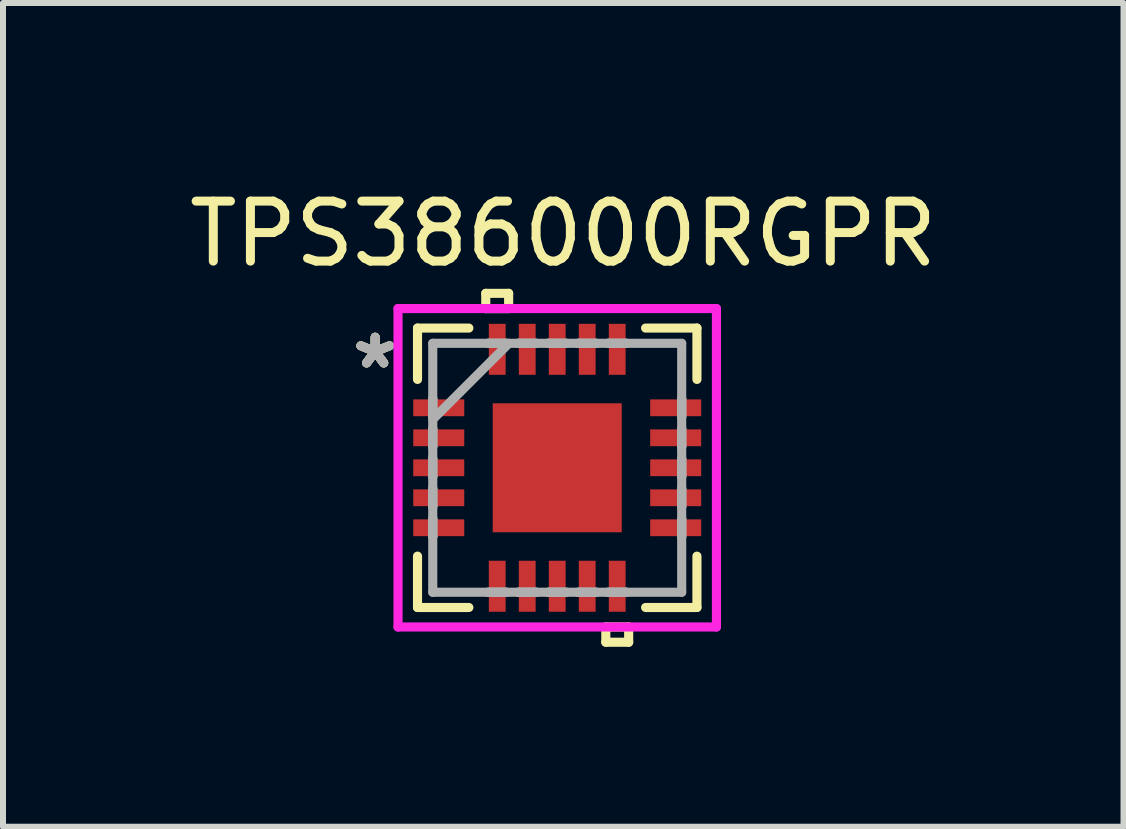
<source format=kicad_pcb>
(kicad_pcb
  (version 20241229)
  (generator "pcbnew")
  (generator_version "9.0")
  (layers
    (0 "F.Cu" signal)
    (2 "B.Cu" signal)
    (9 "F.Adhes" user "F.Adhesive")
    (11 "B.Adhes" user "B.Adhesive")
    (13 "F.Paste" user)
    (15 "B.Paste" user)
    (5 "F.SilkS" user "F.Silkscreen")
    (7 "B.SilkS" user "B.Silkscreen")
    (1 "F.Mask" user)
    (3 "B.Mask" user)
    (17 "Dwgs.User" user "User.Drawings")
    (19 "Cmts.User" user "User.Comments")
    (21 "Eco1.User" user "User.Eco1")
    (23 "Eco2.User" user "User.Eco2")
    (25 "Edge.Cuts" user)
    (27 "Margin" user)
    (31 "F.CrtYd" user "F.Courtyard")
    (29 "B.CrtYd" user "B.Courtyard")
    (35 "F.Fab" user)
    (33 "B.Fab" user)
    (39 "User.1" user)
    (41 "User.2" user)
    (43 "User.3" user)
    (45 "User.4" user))
  (footprint "TPS386000RGPR"
    (layer "F.Cu")
    (at 6.239 4.748)
    (property "Reference" "TPS386000RGPR" (at 0.1 -3.9 0) (layer "F.SilkS") (effects (font (size 1 1) (thickness 0.15))))
    (attr through_hole)
    (fp_line (start -2.47 -1.21) (end -2.47 -0.79) (stroke (width 0.152) (type solid)) (layer "F.Mask"))
    (fp_line (start -2.47 -0.79) (end -1.48 -0.79) (stroke (width 0.152) (type solid)) (layer "F.Mask"))
    (fp_line (start -2.47 -0.71) (end -2.47 -0.29) (stroke (width 0.152) (type solid)) (layer "F.Mask"))
    (fp_line (start -2.47 -0.29) (end -1.48 -0.29) (stroke (width 0.152) (type solid)) (layer "F.Mask"))
    (fp_line (start -2.47 -0.21) (end -2.47 0.21) (stroke (width 0.152) (type solid)) (layer "F.Mask"))
    (fp_line (start -2.47 0.21) (end -1.48 0.21) (stroke (width 0.152) (type solid)) (layer "F.Mask"))
    (fp_line (start -2.47 0.29) (end -2.47 0.71) (stroke (width 0.152) (type solid)) (layer "F.Mask"))
    (fp_line (start -2.47 0.71) (end -1.48 0.71) (stroke (width 0.152) (type solid)) (layer "F.Mask"))
    (fp_line (start -2.47 0.79) (end -2.47 1.21) (stroke (width 0.152) (type solid)) (layer "F.Mask"))
    (fp_line (start -2.47 1.21) (end -1.48 1.21) (stroke (width 0.152) (type solid)) (layer "F.Mask"))
    (fp_line (start -1.48 -1.21) (end -2.47 -1.21) (stroke (width 0.152) (type solid)) (layer "F.Mask"))
    (fp_line (start -1.48 -0.79) (end -1.48 -1.21) (stroke (width 0.152) (type solid)) (layer "F.Mask"))
    (fp_line (start -1.48 -0.71) (end -2.47 -0.71) (stroke (width 0.152) (type solid)) (layer "F.Mask"))
    (fp_line (start -1.48 -0.29) (end -1.48 -0.71) (stroke (width 0.152) (type solid)) (layer "F.Mask"))
    (fp_line (start -1.48 -0.21) (end -2.47 -0.21) (stroke (width 0.152) (type solid)) (layer "F.Mask"))
    (fp_line (start -1.48 0.21) (end -1.48 -0.21) (stroke (width 0.152) (type solid)) (layer "F.Mask"))
    (fp_line (start -1.48 0.29) (end -2.47 0.29) (stroke (width 0.152) (type solid)) (layer "F.Mask"))
    (fp_line (start -1.48 0.71) (end -1.48 0.29) (stroke (width 0.152) (type solid)) (layer "F.Mask"))
    (fp_line (start -1.48 0.79) (end -2.47 0.79) (stroke (width 0.152) (type solid)) (layer "F.Mask"))
    (fp_line (start -1.48 1.21) (end -1.48 0.79) (stroke (width 0.152) (type solid)) (layer "F.Mask"))
    (fp_line (start -1.21 -2.47) (end -1.21 -1.48) (stroke (width 0.152) (type solid)) (layer "F.Mask"))
    (fp_line (start -1.21 -1.48) (end -0.791 -1.48) (stroke (width 0.152) (type solid)) (layer "F.Mask"))
    (fp_line (start -1.21 1.48) (end -1.21 2.47) (stroke (width 0.152) (type solid)) (layer "F.Mask"))
    (fp_line (start -1.21 2.47) (end -0.791 2.47) (stroke (width 0.152) (type solid)) (layer "F.Mask"))
    (fp_line (start -1.139 -1.139) (end -0.594 -1.139) (stroke (width 0.152) (type solid)) (layer "F.Mask"))
    (fp_line (start -1.139 -1.139) (end 1.139 -1.139) (stroke (width 0.152) (type solid)) (layer "F.Mask"))
    (fp_line (start -1.139 -0.594) (end -1.139 -1.139) (stroke (width 0.152) (type solid)) (layer "F.Mask"))
    (fp_line (start -1.139 -0.194) (end 1.139 -0.194) (stroke (width 0.152) (type solid)) (layer "F.Mask"))
    (fp_line (start -1.139 0.194) (end -1.139 -0.194) (stroke (width 0.152) (type solid)) (layer "F.Mask"))
    (fp_line (start -1.139 0.594) (end 1.139 0.594) (stroke (width 0.152) (type solid)) (layer "F.Mask"))
    (fp_line (start -1.139 1.139) (end -1.139 -1.139) (stroke (width 0.152) (type solid)) (layer "F.Mask"))
    (fp_line (start -1.139 1.139) (end -1.139 0.594) (stroke (width 0.152) (type solid)) (layer "F.Mask"))
    (fp_line (start -0.791 -2.47) (end -1.21 -2.47) (stroke (width 0.152) (type solid)) (layer "F.Mask"))
    (fp_line (start -0.791 -1.48) (end -0.791 -2.47) (stroke (width 0.152) (type solid)) (layer "F.Mask"))
    (fp_line (start -0.791 1.48) (end -1.21 1.48) (stroke (width 0.152) (type solid)) (layer "F.Mask"))
    (fp_line (start -0.791 2.47) (end -0.791 1.48) (stroke (width 0.152) (type solid)) (layer "F.Mask"))
    (fp_line (start -0.71 -2.47) (end -0.71 -1.48) (stroke (width 0.152) (type solid)) (layer "F.Mask"))
    (fp_line (start -0.71 -1.48) (end -0.291 -1.48) (stroke (width 0.152) (type solid)) (layer "F.Mask"))
    (fp_line (start -0.71 1.48) (end -0.71 2.47) (stroke (width 0.152) (type solid)) (layer "F.Mask"))
    (fp_line (start -0.71 2.47) (end -0.291 2.47) (stroke (width 0.152) (type solid)) (layer "F.Mask"))
    (fp_line (start -0.594 -1.139) (end -0.594 1.139) (stroke (width 0.152) (type solid)) (layer "F.Mask"))
    (fp_line (start -0.594 1.139) (end -1.139 1.139) (stroke (width 0.152) (type solid)) (layer "F.Mask"))
    (fp_line (start -0.291 -2.47) (end -0.71 -2.47) (stroke (width 0.152) (type solid)) (layer "F.Mask"))
    (fp_line (start -0.291 -1.48) (end -0.291 -2.47) (stroke (width 0.152) (type solid)) (layer "F.Mask"))
    (fp_line (start -0.291 1.48) (end -0.71 1.48) (stroke (width 0.152) (type solid)) (layer "F.Mask"))
    (fp_line (start -0.291 2.47) (end -0.291 1.48) (stroke (width 0.152) (type solid)) (layer "F.Mask"))
    (fp_line (start -0.21 -2.47) (end -0.21 -1.48) (stroke (width 0.152) (type solid)) (layer "F.Mask"))
    (fp_line (start -0.21 -1.48) (end 0.21 -1.48) (stroke (width 0.152) (type solid)) (layer "F.Mask"))
    (fp_line (start -0.21 1.48) (end -0.21 2.47) (stroke (width 0.152) (type solid)) (layer "F.Mask"))
    (fp_line (start -0.21 2.47) (end 0.21 2.47) (stroke (width 0.152) (type solid)) (layer "F.Mask"))
    (fp_line (start -0.194 -1.139) (end -0.194 1.139) (stroke (width 0.152) (type solid)) (layer "F.Mask"))
    (fp_line (start -0.194 1.139) (end 0.194 1.139) (stroke (width 0.152) (type solid)) (layer "F.Mask"))
    (fp_line (start 0.194 -1.139) (end -0.194 -1.139) (stroke (width 0.152) (type solid)) (layer "F.Mask"))
    (fp_line (start 0.194 1.139) (end 0.194 -1.139) (stroke (width 0.152) (type solid)) (layer "F.Mask"))
    (fp_line (start 0.21 -2.47) (end -0.21 -2.47) (stroke (width 0.152) (type solid)) (layer "F.Mask"))
    (fp_line (start 0.21 -1.48) (end 0.21 -2.47) (stroke (width 0.152) (type solid)) (layer "F.Mask"))
    (fp_line (start 0.21 1.48) (end -0.21 1.48) (stroke (width 0.152) (type solid)) (layer "F.Mask"))
    (fp_line (start 0.21 2.47) (end 0.21 1.48) (stroke (width 0.152) (type solid)) (layer "F.Mask"))
    (fp_line (start 0.291 -2.47) (end 0.291 -1.48) (stroke (width 0.152) (type solid)) (layer "F.Mask"))
    (fp_line (start 0.291 -1.48) (end 0.71 -1.48) (stroke (width 0.152) (type solid)) (layer "F.Mask"))
    (fp_line (start 0.291 1.48) (end 0.291 2.47) (stroke (width 0.152) (type solid)) (layer "F.Mask"))
    (fp_line (start 0.291 2.47) (end 0.71 2.47) (stroke (width 0.152) (type solid)) (layer "F.Mask"))
    (fp_line (start 0.594 -1.139) (end 1.139 -1.139) (stroke (width 0.152) (type solid)) (layer "F.Mask"))
    (fp_line (start 0.594 1.139) (end 0.594 -1.139) (stroke (width 0.152) (type solid)) (layer "F.Mask"))
    (fp_line (start 0.71 -2.47) (end 0.291 -2.47) (stroke (width 0.152) (type solid)) (layer "F.Mask"))
    (fp_line (start 0.71 -1.48) (end 0.71 -2.47) (stroke (width 0.152) (type solid)) (layer "F.Mask"))
    (fp_line (start 0.71 1.48) (end 0.291 1.48) (stroke (width 0.152) (type solid)) (layer "F.Mask"))
    (fp_line (start 0.71 2.47) (end 0.71 1.48) (stroke (width 0.152) (type solid)) (layer "F.Mask"))
    (fp_line (start 0.791 -2.47) (end 0.791 -1.48) (stroke (width 0.152) (type solid)) (layer "F.Mask"))
    (fp_line (start 0.791 -1.48) (end 1.21 -1.48) (stroke (width 0.152) (type solid)) (layer "F.Mask"))
    (fp_line (start 0.791 1.48) (end 0.791 2.47) (stroke (width 0.152) (type solid)) (layer "F.Mask"))
    (fp_line (start 0.791 2.47) (end 1.21 2.47) (stroke (width 0.152) (type solid)) (layer "F.Mask"))
    (fp_line (start 1.139 -1.139) (end 1.139 -0.594) (stroke (width 0.152) (type solid)) (layer "F.Mask"))
    (fp_line (start 1.139 -1.139) (end 1.139 1.139) (stroke (width 0.152) (type solid)) (layer "F.Mask"))
    (fp_line (start 1.139 -0.594) (end -1.139 -0.594) (stroke (width 0.152) (type solid)) (layer "F.Mask"))
    (fp_line (start 1.139 -0.194) (end 1.139 0.194) (stroke (width 0.152) (type solid)) (layer "F.Mask"))
    (fp_line (start 1.139 0.194) (end -1.139 0.194) (stroke (width 0.152) (type solid)) (layer "F.Mask"))
    (fp_line (start 1.139 0.594) (end 1.139 1.139) (stroke (width 0.152) (type solid)) (layer "F.Mask"))
    (fp_line (start 1.139 1.139) (end -1.139 1.139) (stroke (width 0.152) (type solid)) (layer "F.Mask"))
    (fp_line (start 1.139 1.139) (end 0.594 1.139) (stroke (width 0.152) (type solid)) (layer "F.Mask"))
    (fp_line (start 1.21 -2.47) (end 0.791 -2.47) (stroke (width 0.152) (type solid)) (layer "F.Mask"))
    (fp_line (start 1.21 -1.48) (end 1.21 -2.47) (stroke (width 0.152) (type solid)) (layer "F.Mask"))
    (fp_line (start 1.21 1.48) (end 0.791 1.48) (stroke (width 0.152) (type solid)) (layer "F.Mask"))
    (fp_line (start 1.21 2.47) (end 1.21 1.48) (stroke (width 0.152) (type solid)) (layer "F.Mask"))
    (fp_line (start 1.48 -1.21) (end 1.48 -0.79) (stroke (width 0.152) (type solid)) (layer "F.Mask"))
    (fp_line (start 1.48 -0.79) (end 2.47 -0.79) (stroke (width 0.152) (type solid)) (layer "F.Mask"))
    (fp_line (start 1.48 -0.71) (end 1.48 -0.29) (stroke (width 0.152) (type solid)) (layer "F.Mask"))
    (fp_line (start 1.48 -0.29) (end 2.47 -0.29) (stroke (width 0.152) (type solid)) (layer "F.Mask"))
    (fp_line (start 1.48 -0.21) (end 1.48 0.21) (stroke (width 0.152) (type solid)) (layer "F.Mask"))
    (fp_line (start 1.48 0.21) (end 2.47 0.21) (stroke (width 0.152) (type solid)) (layer "F.Mask"))
    (fp_line (start 1.48 0.29) (end 1.48 0.71) (stroke (width 0.152) (type solid)) (layer "F.Mask"))
    (fp_line (start 1.48 0.71) (end 2.47 0.71) (stroke (width 0.152) (type solid)) (layer "F.Mask"))
    (fp_line (start 1.48 0.79) (end 1.48 1.21) (stroke (width 0.152) (type solid)) (layer "F.Mask"))
    (fp_line (start 1.48 1.21) (end 2.47 1.21) (stroke (width 0.152) (type solid)) (layer "F.Mask"))
    (fp_line (start 2.47 -1.21) (end 1.48 -1.21) (stroke (width 0.152) (type solid)) (layer "F.Mask"))
    (fp_line (start 2.47 -0.79) (end 2.47 -1.21) (stroke (width 0.152) (type solid)) (layer "F.Mask"))
    (fp_line (start 2.47 -0.71) (end 1.48 -0.71) (stroke (width 0.152) (type solid)) (layer "F.Mask"))
    (fp_line (start 2.47 -0.29) (end 2.47 -0.71) (stroke (width 0.152) (type solid)) (layer "F.Mask"))
    (fp_line (start 2.47 -0.21) (end 1.48 -0.21) (stroke (width 0.152) (type solid)) (layer "F.Mask"))
    (fp_line (start 2.47 0.21) (end 2.47 -0.21) (stroke (width 0.152) (type solid)) (layer "F.Mask"))
    (fp_line (start 2.47 0.29) (end 1.48 0.29) (stroke (width 0.152) (type solid)) (layer "F.Mask"))
    (fp_line (start 2.47 0.71) (end 2.47 0.29) (stroke (width 0.152) (type solid)) (layer "F.Mask"))
    (fp_line (start 2.47 0.79) (end 1.48 0.79) (stroke (width 0.152) (type solid)) (layer "F.Mask"))
    (fp_line (start 2.47 1.21) (end 2.47 0.79) (stroke (width 0.152) (type solid)) (layer "F.Mask"))
    (fp_line (start -2.329 -2.329) (end -2.329 -1.473) (stroke (width 0.152) (type solid)) (layer "F.SilkS"))
    (fp_line (start -2.329 1.473) (end -2.329 2.329) (stroke (width 0.152) (type solid)) (layer "F.SilkS"))
    (fp_line (start -2.329 2.329) (end -1.473 2.329) (stroke (width 0.152) (type solid)) (layer "F.SilkS"))
    (fp_line (start -1.473 -2.329) (end -2.329 -2.329) (stroke (width 0.152) (type solid)) (layer "F.SilkS"))
    (fp_line (start -1.191 -2.908) (end -0.81 -2.908) (stroke (width 0.152) (type solid)) (layer "F.SilkS"))
    (fp_line (start -1.191 -2.654) (end -1.191 -2.908) (stroke (width 0.152) (type solid)) (layer "F.SilkS"))
    (fp_line (start -0.81 -2.908) (end -0.81 -2.654) (stroke (width 0.152) (type solid)) (layer "F.SilkS"))
    (fp_line (start -0.81 -2.654) (end -1.191 -2.654) (stroke (width 0.152) (type solid)) (layer "F.SilkS"))
    (fp_line (start 0.81 2.654) (end 0.81 2.908) (stroke (width 0.152) (type solid)) (layer "F.SilkS"))
    (fp_line (start 0.81 2.908) (end 1.191 2.908) (stroke (width 0.152) (type solid)) (layer "F.SilkS"))
    (fp_line (start 1.191 2.654) (end 0.81 2.654) (stroke (width 0.152) (type solid)) (layer "F.SilkS"))
    (fp_line (start 1.191 2.908) (end 1.191 2.654) (stroke (width 0.152) (type solid)) (layer "F.SilkS"))
    (fp_line (start 1.473 2.329) (end 2.329 2.329) (stroke (width 0.152) (type solid)) (layer "F.SilkS"))
    (fp_line (start 2.329 -2.329) (end 1.473 -2.329) (stroke (width 0.152) (type solid)) (layer "F.SilkS"))
    (fp_line (start 2.329 -1.473) (end 2.329 -2.329) (stroke (width 0.152) (type solid)) (layer "F.SilkS"))
    (fp_line (start 2.329 2.329) (end 2.329 1.473) (stroke (width 0.152) (type solid)) (layer "F.SilkS"))
    (fp_line (start -2.375 -1.115) (end -2.375 -0.885) (stroke (width 0.152) (type solid)) (layer "F.Paste"))
    (fp_line (start -2.375 -0.885) (end -1.575 -0.885) (stroke (width 0.152) (type solid)) (layer "F.Paste"))
    (fp_line (start -2.375 -0.615) (end -2.375 -0.385) (stroke (width 0.152) (type solid)) (layer "F.Paste"))
    (fp_line (start -2.375 -0.385) (end -1.575 -0.385) (stroke (width 0.152) (type solid)) (layer "F.Paste"))
    (fp_line (start -2.375 -0.115) (end -2.375 0.115) (stroke (width 0.152) (type solid)) (layer "F.Paste"))
    (fp_line (start -2.375 0.115) (end -1.575 0.115) (stroke (width 0.152) (type solid)) (layer "F.Paste"))
    (fp_line (start -2.375 0.385) (end -2.375 0.615) (stroke (width 0.152) (type solid)) (layer "F.Paste"))
    (fp_line (start -2.375 0.615) (end -1.575 0.615) (stroke (width 0.152) (type solid)) (layer "F.Paste"))
    (fp_line (start -2.375 0.885) (end -2.375 1.115) (stroke (width 0.152) (type solid)) (layer "F.Paste"))
    (fp_line (start -2.375 1.115) (end -1.575 1.115) (stroke (width 0.152) (type solid)) (layer "F.Paste"))
    (fp_line (start -1.575 -1.115) (end -2.375 -1.115) (stroke (width 0.152) (type solid)) (layer "F.Paste"))
    (fp_line (start -1.575 -0.885) (end -1.575 -1.115) (stroke (width 0.152) (type solid)) (layer "F.Paste"))
    (fp_line (start -1.575 -0.615) (end -2.375 -0.615) (stroke (width 0.152) (type solid)) (layer "F.Paste"))
    (fp_line (start -1.575 -0.385) (end -1.575 -0.615) (stroke (width 0.152) (type solid)) (layer "F.Paste"))
    (fp_line (start -1.575 -0.115) (end -2.375 -0.115) (stroke (width 0.152) (type solid)) (layer "F.Paste"))
    (fp_line (start -1.575 0.115) (end -1.575 -0.115) (stroke (width 0.152) (type solid)) (layer "F.Paste"))
    (fp_line (start -1.575 0.385) (end -2.375 0.385) (stroke (width 0.152) (type solid)) (layer "F.Paste"))
    (fp_line (start -1.575 0.615) (end -1.575 0.385) (stroke (width 0.152) (type solid)) (layer "F.Paste"))
    (fp_line (start -1.575 0.885) (end -2.375 0.885) (stroke (width 0.152) (type solid)) (layer "F.Paste"))
    (fp_line (start -1.575 1.115) (end -1.575 0.885) (stroke (width 0.152) (type solid)) (layer "F.Paste"))
    (fp_line (start -1.115 -2.375) (end -1.115 -1.575) (stroke (width 0.152) (type solid)) (layer "F.Paste"))
    (fp_line (start -1.115 -1.575) (end -0.885 -1.575) (stroke (width 0.152) (type solid)) (layer "F.Paste"))
    (fp_line (start -1.115 1.575) (end -1.115 2.375) (stroke (width 0.152) (type solid)) (layer "F.Paste"))
    (fp_line (start -1.115 2.375) (end -0.885 2.375) (stroke (width 0.152) (type solid)) (layer "F.Paste"))
    (fp_line (start -1 -1) (end -1 -0.494) (stroke (width 0.152) (type solid)) (layer "F.Paste"))
    (fp_line (start -1 -0.494) (end -0.635 -0.494) (stroke (width 0.152) (type solid)) (layer "F.Paste"))
    (fp_line (start -1 -0.294) (end -1 0.294) (stroke (width 0.152) (type solid)) (layer "F.Paste"))
    (fp_line (start -1 0.294) (end -0.635 0.294) (stroke (width 0.152) (type solid)) (layer "F.Paste"))
    (fp_line (start -1 0.494) (end -1 1) (stroke (width 0.152) (type solid)) (layer "F.Paste"))
    (fp_line (start -1 1) (end -0.494 1) (stroke (width 0.152) (type solid)) (layer "F.Paste"))
    (fp_line (start -0.885 -2.375) (end -1.115 -2.375) (stroke (width 0.152) (type solid)) (layer "F.Paste"))
    (fp_line (start -0.885 -1.575) (end -0.885 -2.375) (stroke (width 0.152) (type solid)) (layer "F.Paste"))
    (fp_line (start -0.885 1.575) (end -1.115 1.575) (stroke (width 0.152) (type solid)) (layer "F.Paste"))
    (fp_line (start -0.885 2.375) (end -0.885 1.575) (stroke (width 0.152) (type solid)) (layer "F.Paste"))
    (fp_line (start -0.635 -0.494) (end -0.635 -0.494) (stroke (width 0.152) (type solid)) (layer "F.Paste"))
    (fp_line (start -0.635 -0.494) (end -0.494 -0.635) (stroke (width 0.152) (type solid)) (layer "F.Paste"))
    (fp_line (start -0.635 -0.294) (end -1 -0.294) (stroke (width 0.152) (type solid)) (layer "F.Paste"))
    (fp_line (start -0.635 -0.294) (end -0.635 -0.294) (stroke (width 0.152) (type solid)) (layer "F.Paste"))
    (fp_line (start -0.635 0.294) (end -0.635 0.294) (stroke (width 0.152) (type solid)) (layer "F.Paste"))
    (fp_line (start -0.635 0.294) (end -0.494 0.152) (stroke (width 0.152) (type solid)) (layer "F.Paste"))
    (fp_line (start -0.635 0.494) (end -1 0.494) (stroke (width 0.152) (type solid)) (layer "F.Paste"))
    (fp_line (start -0.635 0.494) (end -0.635 0.494) (stroke (width 0.152) (type solid)) (layer "F.Paste"))
    (fp_line (start -0.615 -2.375) (end -0.615 -1.575) (stroke (width 0.152) (type solid)) (layer "F.Paste"))
    (fp_line (start -0.615 -1.575) (end -0.385 -1.575) (stroke (width 0.152) (type solid)) (layer "F.Paste"))
    (fp_line (start -0.615 1.575) (end -0.615 2.375) (stroke (width 0.152) (type solid)) (layer "F.Paste"))
    (fp_line (start -0.615 2.375) (end -0.385 2.375) (stroke (width 0.152) (type solid)) (layer "F.Paste"))
    (fp_line (start -0.494 -1) (end -1 -1) (stroke (width 0.152) (type solid)) (layer "F.Paste"))
    (fp_line (start -0.494 -0.635) (end -0.494 -1) (stroke (width 0.152) (type solid)) (layer "F.Paste"))
    (fp_line (start -0.494 -0.635) (end -0.494 -0.635) (stroke (width 0.152) (type solid)) (layer "F.Paste"))
    (fp_line (start -0.494 -0.152) (end -0.635 -0.294) (stroke (width 0.152) (type solid)) (layer "F.Paste"))
    (fp_line (start -0.494 -0.152) (end -0.494 -0.152) (stroke (width 0.152) (type solid)) (layer "F.Paste"))
    (fp_line (start -0.494 0.152) (end -0.494 -0.152) (stroke (width 0.152) (type solid)) (layer "F.Paste"))
    (fp_line (start -0.494 0.152) (end -0.494 0.152) (stroke (width 0.152) (type solid)) (layer "F.Paste"))
    (fp_line (start -0.494 0.635) (end -0.635 0.494) (stroke (width 0.152) (type solid)) (layer "F.Paste"))
    (fp_line (start -0.494 0.635) (end -0.494 0.635) (stroke (width 0.152) (type solid)) (layer "F.Paste"))
    (fp_line (start -0.494 1) (end -0.494 0.635) (stroke (width 0.152) (type solid)) (layer "F.Paste"))
    (fp_line (start -0.385 -2.375) (end -0.615 -2.375) (stroke (width 0.152) (type solid)) (layer "F.Paste"))
    (fp_line (start -0.385 -1.575) (end -0.385 -2.375) (stroke (width 0.152) (type solid)) (layer "F.Paste"))
    (fp_line (start -0.385 1.575) (end -0.615 1.575) (stroke (width 0.152) (type solid)) (layer "F.Paste"))
    (fp_line (start -0.385 2.375) (end -0.385 1.575) (stroke (width 0.152) (type solid)) (layer "F.Paste"))
    (fp_line (start -0.294 -1) (end -0.294 -0.635) (stroke (width 0.152) (type solid)) (layer "F.Paste"))
    (fp_line (start -0.294 -0.635) (end -0.294 -0.635) (stroke (width 0.152) (type solid)) (layer "F.Paste"))
    (fp_line (start -0.294 -0.635) (end -0.152 -0.494) (stroke (width 0.152) (type solid)) (layer "F.Paste"))
    (fp_line (start -0.294 -0.152) (end -0.294 -0.152) (stroke (width 0.152) (type solid)) (layer "F.Paste"))
    (fp_line (start -0.294 -0.152) (end -0.294 0.152) (stroke (width 0.152) (type solid)) (layer "F.Paste"))
    (fp_line (start -0.294 0.152) (end -0.294 0.152) (stroke (width 0.152) (type solid)) (layer "F.Paste"))
    (fp_line (start -0.294 0.152) (end -0.152 0.294) (stroke (width 0.152) (type solid)) (layer "F.Paste"))
    (fp_line (start -0.294 0.635) (end -0.294 0.635) (stroke (width 0.152) (type solid)) (layer "F.Paste"))
    (fp_line (start -0.294 0.635) (end -0.294 1) (stroke (width 0.152) (type solid)) (layer "F.Paste"))
    (fp_line (start -0.294 1) (end 0.294 1) (stroke (width 0.152) (type solid)) (layer "F.Paste"))
    (fp_line (start -0.152 -0.494) (end -0.152 -0.494) (stroke (width 0.152) (type solid)) (layer "F.Paste"))
    (fp_line (start -0.152 -0.494) (end 0.152 -0.494) (stroke (width 0.152) (type solid)) (layer "F.Paste"))
    (fp_line (start -0.152 -0.294) (end -0.294 -0.152) (stroke (width 0.152) (type solid)) (layer "F.Paste"))
    (fp_line (start -0.152 -0.294) (end -0.152 -0.294) (stroke (width 0.152) (type solid)) (layer "F.Paste"))
    (fp_line (start -0.152 0.294) (end -0.152 0.294) (stroke (width 0.152) (type solid)) (layer "F.Paste"))
    (fp_line (start -0.152 0.294) (end 0.152 0.294) (stroke (width 0.152) (type solid)) (layer "F.Paste"))
    (fp_line (start -0.152 0.494) (end -0.294 0.635) (stroke (width 0.152) (type solid)) (layer "F.Paste"))
    (fp_line (start -0.152 0.494) (end -0.152 0.494) (stroke (width 0.152) (type solid)) (layer "F.Paste"))
    (fp_line (start -0.115 -2.375) (end -0.115 -1.575) (stroke (width 0.152) (type solid)) (layer "F.Paste"))
    (fp_line (start -0.115 -1.575) (end 0.115 -1.575) (stroke (width 0.152) (type solid)) (layer "F.Paste"))
    (fp_line (start -0.115 1.575) (end -0.115 2.375) (stroke (width 0.152) (type solid)) (layer "F.Paste"))
    (fp_line (start -0.115 2.375) (end 0.115 2.375) (stroke (width 0.152) (type solid)) (layer "F.Paste"))
    (fp_line (start 0.115 -2.375) (end -0.115 -2.375) (stroke (width 0.152) (type solid)) (layer "F.Paste"))
    (fp_line (start 0.115 -1.575) (end 0.115 -2.375) (stroke (width 0.152) (type solid)) (layer "F.Paste"))
    (fp_line (start 0.115 1.575) (end -0.115 1.575) (stroke (width 0.152) (type solid)) (layer "F.Paste"))
    (fp_line (start 0.115 2.375) (end 0.115 1.575) (stroke (width 0.152) (type solid)) (layer "F.Paste"))
    (fp_line (start 0.152 -0.494) (end 0.152 -0.494) (stroke (width 0.152) (type solid)) (layer "F.Paste"))
    (fp_line (start 0.152 -0.494) (end 0.294 -0.635) (stroke (width 0.152) (type solid)) (layer "F.Paste"))
    (fp_line (start 0.152 -0.294) (end -0.152 -0.294) (stroke (width 0.152) (type solid)) (layer "F.Paste"))
    (fp_line (start 0.152 -0.294) (end 0.152 -0.294) (stroke (width 0.152) (type solid)) (layer "F.Paste"))
    (fp_line (start 0.152 0.294) (end 0.152 0.294) (stroke (width 0.152) (type solid)) (layer "F.Paste"))
    (fp_line (start 0.152 0.294) (end 0.294 0.152) (stroke (width 0.152) (type solid)) (layer "F.Paste"))
    (fp_line (start 0.152 0.494) (end -0.152 0.494) (stroke (width 0.152) (type solid)) (layer "F.Paste"))
    (fp_line (start 0.152 0.494) (end 0.152 0.494) (stroke (width 0.152) (type solid)) (layer "F.Paste"))
    (fp_line (start 0.294 -1) (end -0.294 -1) (stroke (width 0.152) (type solid)) (layer "F.Paste"))
    (fp_line (start 0.294 -0.635) (end 0.294 -1) (stroke (width 0.152) (type solid)) (layer "F.Paste"))
    (fp_line (start 0.294 -0.635) (end 0.294 -0.635) (stroke (width 0.152) (type solid)) (layer "F.Paste"))
    (fp_line (start 0.294 -0.152) (end 0.152 -0.294) (stroke (width 0.152) (type solid)) (layer "F.Paste"))
    (fp_line (start 0.294 -0.152) (end 0.294 -0.152) (stroke (width 0.152) (type solid)) (layer "F.Paste"))
    (fp_line (start 0.294 0.152) (end 0.294 -0.152) (stroke (width 0.152) (type solid)) (layer "F.Paste"))
    (fp_line (start 0.294 0.152) (end 0.294 0.152) (stroke (width 0.152) (type solid)) (layer "F.Paste"))
    (fp_line (start 0.294 0.635) (end 0.152 0.494) (stroke (width 0.152) (type solid)) (layer "F.Paste"))
    (fp_line (start 0.294 0.635) (end 0.294 0.635) (stroke (width 0.152) (type solid)) (layer "F.Paste"))
    (fp_line (start 0.294 1) (end 0.294 0.635) (stroke (width 0.152) (type solid)) (layer "F.Paste"))
    (fp_line (start 0.385 -2.375) (end 0.385 -1.575) (stroke (width 0.152) (type solid)) (layer "F.Paste"))
    (fp_line (start 0.385 -1.575) (end 0.615 -1.575) (stroke (width 0.152) (type solid)) (layer "F.Paste"))
    (fp_line (start 0.385 1.575) (end 0.385 2.375) (stroke (width 0.152) (type solid)) (layer "F.Paste"))
    (fp_line (start 0.385 2.375) (end 0.615 2.375) (stroke (width 0.152) (type solid)) (layer "F.Paste"))
    (fp_line (start 0.494 -1) (end 0.494 -0.635) (stroke (width 0.152) (type solid)) (layer "F.Paste"))
    (fp_line (start 0.494 -0.635) (end 0.494 -0.635) (stroke (width 0.152) (type solid)) (layer "F.Paste"))
    (fp_line (start 0.494 -0.635) (end 0.635 -0.494) (stroke (width 0.152) (type solid)) (layer "F.Paste"))
    (fp_line (start 0.494 -0.152) (end 0.494 -0.152) (stroke (width 0.152) (type solid)) (layer "F.Paste"))
    (fp_line (start 0.494 -0.152) (end 0.494 0.152) (stroke (width 0.152) (type solid)) (layer "F.Paste"))
    (fp_line (start 0.494 0.152) (end 0.494 0.152) (stroke (width 0.152) (type solid)) (layer "F.Paste"))
    (fp_line (start 0.494 0.152) (end 0.635 0.294) (stroke (width 0.152) (type solid)) (layer "F.Paste"))
    (fp_line (start 0.494 0.635) (end 0.494 0.635) (stroke (width 0.152) (type solid)) (layer "F.Paste"))
    (fp_line (start 0.494 0.635) (end 0.494 1) (stroke (width 0.152) (type solid)) (layer "F.Paste"))
    (fp_line (start 0.494 1) (end 1 1) (stroke (width 0.152) (type solid)) (layer "F.Paste"))
    (fp_line (start 0.615 -2.375) (end 0.385 -2.375) (stroke (width 0.152) (type solid)) (layer "F.Paste"))
    (fp_line (start 0.615 -1.575) (end 0.615 -2.375) (stroke (width 0.152) (type solid)) (layer "F.Paste"))
    (fp_line (start 0.615 1.575) (end 0.385 1.575) (stroke (width 0.152) (type solid)) (layer "F.Paste"))
    (fp_line (start 0.615 2.375) (end 0.615 1.575) (stroke (width 0.152) (type solid)) (layer "F.Paste"))
    (fp_line (start 0.635 -0.494) (end 0.635 -0.494) (stroke (width 0.152) (type solid)) (layer "F.Paste"))
    (fp_line (start 0.635 -0.494) (end 1 -0.494) (stroke (width 0.152) (type solid)) (layer "F.Paste"))
    (fp_line (start 0.635 -0.294) (end 0.494 -0.152) (stroke (width 0.152) (type solid)) (layer "F.Paste"))
    (fp_line (start 0.635 -0.294) (end 0.635 -0.294) (stroke (width 0.152) (type solid)) (layer "F.Paste"))
    (fp_line (start 0.635 0.294) (end 0.635 0.294) (stroke (width 0.152) (type solid)) (layer "F.Paste"))
    (fp_line (start 0.635 0.294) (end 1 0.294) (stroke (width 0.152) (type solid)) (layer "F.Paste"))
    (fp_line (start 0.635 0.494) (end 0.494 0.635) (stroke (width 0.152) (type solid)) (layer "F.Paste"))
    (fp_line (start 0.635 0.494) (end 0.635 0.494) (stroke (width 0.152) (type solid)) (layer "F.Paste"))
    (fp_line (start 0.885 -2.375) (end 0.885 -1.575) (stroke (width 0.152) (type solid)) (layer "F.Paste"))
    (fp_line (start 0.885 -1.575) (end 1.115 -1.575) (stroke (width 0.152) (type solid)) (layer "F.Paste"))
    (fp_line (start 0.885 1.575) (end 0.885 2.375) (stroke (width 0.152) (type solid)) (layer "F.Paste"))
    (fp_line (start 0.885 2.375) (end 1.115 2.375) (stroke (width 0.152) (type solid)) (layer "F.Paste"))
    (fp_line (start 1 -1) (end 0.494 -1) (stroke (width 0.152) (type solid)) (layer "F.Paste"))
    (fp_line (start 1 -0.494) (end 1 -1) (stroke (width 0.152) (type solid)) (layer "F.Paste"))
    (fp_line (start 1 -0.294) (end 0.635 -0.294) (stroke (width 0.152) (type solid)) (layer "F.Paste"))
    (fp_line (start 1 0.294) (end 1 -0.294) (stroke (width 0.152) (type solid)) (layer "F.Paste"))
    (fp_line (start 1 0.494) (end 0.635 0.494) (stroke (width 0.152) (type solid)) (layer "F.Paste"))
    (fp_line (start 1 1) (end 1 0.494) (stroke (width 0.152) (type solid)) (layer "F.Paste"))
    (fp_line (start 1.115 -2.375) (end 0.885 -2.375) (stroke (width 0.152) (type solid)) (layer "F.Paste"))
    (fp_line (start 1.115 -1.575) (end 1.115 -2.375) (stroke (width 0.152) (type solid)) (layer "F.Paste"))
    (fp_line (start 1.115 1.575) (end 0.885 1.575) (stroke (width 0.152) (type solid)) (layer "F.Paste"))
    (fp_line (start 1.115 2.375) (end 1.115 1.575) (stroke (width 0.152) (type solid)) (layer "F.Paste"))
    (fp_line (start 1.575 -1.115) (end 1.575 -0.885) (stroke (width 0.152) (type solid)) (layer "F.Paste"))
    (fp_line (start 1.575 -0.885) (end 2.375 -0.885) (stroke (width 0.152) (type solid)) (layer "F.Paste"))
    (fp_line (start 1.575 -0.615) (end 1.575 -0.385) (stroke (width 0.152) (type solid)) (layer "F.Paste"))
    (fp_line (start 1.575 -0.385) (end 2.375 -0.385) (stroke (width 0.152) (type solid)) (layer "F.Paste"))
    (fp_line (start 1.575 -0.115) (end 1.575 0.115) (stroke (width 0.152) (type solid)) (layer "F.Paste"))
    (fp_line (start 1.575 0.115) (end 2.375 0.115) (stroke (width 0.152) (type solid)) (layer "F.Paste"))
    (fp_line (start 1.575 0.385) (end 1.575 0.615) (stroke (width 0.152) (type solid)) (layer "F.Paste"))
    (fp_line (start 1.575 0.615) (end 2.375 0.615) (stroke (width 0.152) (type solid)) (layer "F.Paste"))
    (fp_line (start 1.575 0.885) (end 1.575 1.115) (stroke (width 0.152) (type solid)) (layer "F.Paste"))
    (fp_line (start 1.575 1.115) (end 2.375 1.115) (stroke (width 0.152) (type solid)) (layer "F.Paste"))
    (fp_line (start 2.375 -1.115) (end 1.575 -1.115) (stroke (width 0.152) (type solid)) (layer "F.Paste"))
    (fp_line (start 2.375 -0.885) (end 2.375 -1.115) (stroke (width 0.152) (type solid)) (layer "F.Paste"))
    (fp_line (start 2.375 -0.615) (end 1.575 -0.615) (stroke (width 0.152) (type solid)) (layer "F.Paste"))
    (fp_line (start 2.375 -0.385) (end 2.375 -0.615) (stroke (width 0.152) (type solid)) (layer "F.Paste"))
    (fp_line (start 2.375 -0.115) (end 1.575 -0.115) (stroke (width 0.152) (type solid)) (layer "F.Paste"))
    (fp_line (start 2.375 0.115) (end 2.375 -0.115) (stroke (width 0.152) (type solid)) (layer "F.Paste"))
    (fp_line (start 2.375 0.385) (end 1.575 0.385) (stroke (width 0.152) (type solid)) (layer "F.Paste"))
    (fp_line (start 2.375 0.615) (end 2.375 0.385) (stroke (width 0.152) (type solid)) (layer "F.Paste"))
    (fp_line (start 2.375 0.885) (end 1.575 0.885) (stroke (width 0.152) (type solid)) (layer "F.Paste"))
    (fp_line (start 2.375 1.115) (end 2.375 0.885) (stroke (width 0.152) (type solid)) (layer "F.Paste"))
    (fp_line (start -2.654 -2.654) (end 2.654 -2.654) (stroke (width 0.152) (type solid)) (layer "F.CrtYd"))
    (fp_line (start -2.654 2.654) (end -2.654 -2.654) (stroke (width 0.152) (type solid)) (layer "F.CrtYd"))
    (fp_line (start 2.654 -2.654) (end 2.654 2.654) (stroke (width 0.152) (type solid)) (layer "F.CrtYd"))
    (fp_line (start 2.654 2.654) (end -2.654 2.654) (stroke (width 0.152) (type solid)) (layer "F.CrtYd"))
    (fp_line (start -2.075 -2.075) (end -2.075 2.075) (stroke (width 0.152) (type solid)) (layer "F.Fab"))
    (fp_line (start -2.075 -1.15) (end -2.075 -1.15) (stroke (width 0.152) (type solid)) (layer "F.Fab"))
    (fp_line (start -2.075 -1.15) (end -2.075 -0.85) (stroke (width 0.152) (type solid)) (layer "F.Fab"))
    (fp_line (start -2.075 -0.85) (end -2.075 -1.15) (stroke (width 0.152) (type solid)) (layer "F.Fab"))
    (fp_line (start -2.075 -0.85) (end -2.075 -0.85) (stroke (width 0.152) (type solid)) (layer "F.Fab"))
    (fp_line (start -2.075 -0.805) (end -0.805 -2.075) (stroke (width 0.152) (type solid)) (layer "F.Fab"))
    (fp_line (start -2.075 -0.65) (end -2.075 -0.65) (stroke (width 0.152) (type solid)) (layer "F.Fab"))
    (fp_line (start -2.075 -0.65) (end -2.075 -0.35) (stroke (width 0.152) (type solid)) (layer "F.Fab"))
    (fp_line (start -2.075 -0.35) (end -2.075 -0.65) (stroke (width 0.152) (type solid)) (layer "F.Fab"))
    (fp_line (start -2.075 -0.35) (end -2.075 -0.35) (stroke (width 0.152) (type solid)) (layer "F.Fab"))
    (fp_line (start -2.075 -0.15) (end -2.075 -0.15) (stroke (width 0.152) (type solid)) (layer "F.Fab"))
    (fp_line (start -2.075 -0.15) (end -2.075 0.15) (stroke (width 0.152) (type solid)) (layer "F.Fab"))
    (fp_line (start -2.075 0.15) (end -2.075 -0.15) (stroke (width 0.152) (type solid)) (layer "F.Fab"))
    (fp_line (start -2.075 0.15) (end -2.075 0.15) (stroke (width 0.152) (type solid)) (layer "F.Fab"))
    (fp_line (start -2.075 0.35) (end -2.075 0.35) (stroke (width 0.152) (type solid)) (layer "F.Fab"))
    (fp_line (start -2.075 0.35) (end -2.075 0.65) (stroke (width 0.152) (type solid)) (layer "F.Fab"))
    (fp_line (start -2.075 0.65) (end -2.075 0.35) (stroke (width 0.152) (type solid)) (layer "F.Fab"))
    (fp_line (start -2.075 0.65) (end -2.075 0.65) (stroke (width 0.152) (type solid)) (layer "F.Fab"))
    (fp_line (start -2.075 0.85) (end -2.075 0.85) (stroke (width 0.152) (type solid)) (layer "F.Fab"))
    (fp_line (start -2.075 0.85) (end -2.075 1.15) (stroke (width 0.152) (type solid)) (layer "F.Fab"))
    (fp_line (start -2.075 1.15) (end -2.075 0.85) (stroke (width 0.152) (type solid)) (layer "F.Fab"))
    (fp_line (start -2.075 1.15) (end -2.075 1.15) (stroke (width 0.152) (type solid)) (layer "F.Fab"))
    (fp_line (start -2.075 2.075) (end 2.075 2.075) (stroke (width 0.152) (type solid)) (layer "F.Fab"))
    (fp_line (start -1.15 -2.075) (end -1.15 -2.075) (stroke (width 0.152) (type solid)) (layer "F.Fab"))
    (fp_line (start -1.15 -2.075) (end -0.85 -2.075) (stroke (width 0.152) (type solid)) (layer "F.Fab"))
    (fp_line (start -1.15 2.075) (end -1.15 2.075) (stroke (width 0.152) (type solid)) (layer "F.Fab"))
    (fp_line (start -1.15 2.075) (end -0.85 2.075) (stroke (width 0.152) (type solid)) (layer "F.Fab"))
    (fp_line (start -0.85 -2.075) (end -1.15 -2.075) (stroke (width 0.152) (type solid)) (layer "F.Fab"))
    (fp_line (start -0.85 -2.075) (end -0.85 -2.075) (stroke (width 0.152) (type solid)) (layer "F.Fab"))
    (fp_line (start -0.85 2.075) (end -1.15 2.075) (stroke (width 0.152) (type solid)) (layer "F.Fab"))
    (fp_line (start -0.85 2.075) (end -0.85 2.075) (stroke (width 0.152) (type solid)) (layer "F.Fab"))
    (fp_line (start -0.65 -2.075) (end -0.65 -2.075) (stroke (width 0.152) (type solid)) (layer "F.Fab"))
    (fp_line (start -0.65 -2.075) (end -0.35 -2.075) (stroke (width 0.152) (type solid)) (layer "F.Fab"))
    (fp_line (start -0.65 2.075) (end -0.65 2.075) (stroke (width 0.152) (type solid)) (layer "F.Fab"))
    (fp_line (start -0.65 2.075) (end -0.35 2.075) (stroke (width 0.152) (type solid)) (layer "F.Fab"))
    (fp_line (start -0.35 -2.075) (end -0.65 -2.075) (stroke (width 0.152) (type solid)) (layer "F.Fab"))
    (fp_line (start -0.35 -2.075) (end -0.35 -2.075) (stroke (width 0.152) (type solid)) (layer "F.Fab"))
    (fp_line (start -0.35 2.075) (end -0.65 2.075) (stroke (width 0.152) (type solid)) (layer "F.Fab"))
    (fp_line (start -0.35 2.075) (end -0.35 2.075) (stroke (width 0.152) (type solid)) (layer "F.Fab"))
    (fp_line (start -0.15 -2.075) (end -0.15 -2.075) (stroke (width 0.152) (type solid)) (layer "F.Fab"))
    (fp_line (start -0.15 -2.075) (end 0.15 -2.075) (stroke (width 0.152) (type solid)) (layer "F.Fab"))
    (fp_line (start -0.15 2.075) (end -0.15 2.075) (stroke (width 0.152) (type solid)) (layer "F.Fab"))
    (fp_line (start -0.15 2.075) (end 0.15 2.075) (stroke (width 0.152) (type solid)) (layer "F.Fab"))
    (fp_line (start 0.15 -2.075) (end -0.15 -2.075) (stroke (width 0.152) (type solid)) (layer "F.Fab"))
    (fp_line (start 0.15 -2.075) (end 0.15 -2.075) (stroke (width 0.152) (type solid)) (layer "F.Fab"))
    (fp_line (start 0.15 2.075) (end -0.15 2.075) (stroke (width 0.152) (type solid)) (layer "F.Fab"))
    (fp_line (start 0.15 2.075) (end 0.15 2.075) (stroke (width 0.152) (type solid)) (layer "F.Fab"))
    (fp_line (start 0.35 -2.075) (end 0.35 -2.075) (stroke (width 0.152) (type solid)) (layer "F.Fab"))
    (fp_line (start 0.35 -2.075) (end 0.65 -2.075) (stroke (width 0.152) (type solid)) (layer "F.Fab"))
    (fp_line (start 0.35 2.075) (end 0.35 2.075) (stroke (width 0.152) (type solid)) (layer "F.Fab"))
    (fp_line (start 0.35 2.075) (end 0.65 2.075) (stroke (width 0.152) (type solid)) (layer "F.Fab"))
    (fp_line (start 0.65 -2.075) (end 0.35 -2.075) (stroke (width 0.152) (type solid)) (layer "F.Fab"))
    (fp_line (start 0.65 -2.075) (end 0.65 -2.075) (stroke (width 0.152) (type solid)) (layer "F.Fab"))
    (fp_line (start 0.65 2.075) (end 0.35 2.075) (stroke (width 0.152) (type solid)) (layer "F.Fab"))
    (fp_line (start 0.65 2.075) (end 0.65 2.075) (stroke (width 0.152) (type solid)) (layer "F.Fab"))
    (fp_line (start 0.85 -2.075) (end 0.85 -2.075) (stroke (width 0.152) (type solid)) (layer "F.Fab"))
    (fp_line (start 0.85 -2.075) (end 1.15 -2.075) (stroke (width 0.152) (type solid)) (layer "F.Fab"))
    (fp_line (start 0.85 2.075) (end 0.85 2.075) (stroke (width 0.152) (type solid)) (layer "F.Fab"))
    (fp_line (start 0.85 2.075) (end 1.15 2.075) (stroke (width 0.152) (type solid)) (layer "F.Fab"))
    (fp_line (start 1.15 -2.075) (end 0.85 -2.075) (stroke (width 0.152) (type solid)) (layer "F.Fab"))
    (fp_line (start 1.15 -2.075) (end 1.15 -2.075) (stroke (width 0.152) (type solid)) (layer "F.Fab"))
    (fp_line (start 1.15 2.075) (end 0.85 2.075) (stroke (width 0.152) (type solid)) (layer "F.Fab"))
    (fp_line (start 1.15 2.075) (end 1.15 2.075) (stroke (width 0.152) (type solid)) (layer "F.Fab"))
    (fp_line (start 2.075 -2.075) (end -2.075 -2.075) (stroke (width 0.152) (type solid)) (layer "F.Fab"))
    (fp_line (start 2.075 -1.15) (end 2.075 -1.15) (stroke (width 0.152) (type solid)) (layer "F.Fab"))
    (fp_line (start 2.075 -1.15) (end 2.075 -0.85) (stroke (width 0.152) (type solid)) (layer "F.Fab"))
    (fp_line (start 2.075 -0.85) (end 2.075 -1.15) (stroke (width 0.152) (type solid)) (layer "F.Fab"))
    (fp_line (start 2.075 -0.85) (end 2.075 -0.85) (stroke (width 0.152) (type solid)) (layer "F.Fab"))
    (fp_line (start 2.075 -0.65) (end 2.075 -0.65) (stroke (width 0.152) (type solid)) (layer "F.Fab"))
    (fp_line (start 2.075 -0.65) (end 2.075 -0.35) (stroke (width 0.152) (type solid)) (layer "F.Fab"))
    (fp_line (start 2.075 -0.35) (end 2.075 -0.65) (stroke (width 0.152) (type solid)) (layer "F.Fab"))
    (fp_line (start 2.075 -0.35) (end 2.075 -0.35) (stroke (width 0.152) (type solid)) (layer "F.Fab"))
    (fp_line (start 2.075 -0.15) (end 2.075 -0.15) (stroke (width 0.152) (type solid)) (layer "F.Fab"))
    (fp_line (start 2.075 -0.15) (end 2.075 0.15) (stroke (width 0.152) (type solid)) (layer "F.Fab"))
    (fp_line (start 2.075 0.15) (end 2.075 -0.15) (stroke (width 0.152) (type solid)) (layer "F.Fab"))
    (fp_line (start 2.075 0.15) (end 2.075 0.15) (stroke (width 0.152) (type solid)) (layer "F.Fab"))
    (fp_line (start 2.075 0.35) (end 2.075 0.35) (stroke (width 0.152) (type solid)) (layer "F.Fab"))
    (fp_line (start 2.075 0.35) (end 2.075 0.65) (stroke (width 0.152) (type solid)) (layer "F.Fab"))
    (fp_line (start 2.075 0.65) (end 2.075 0.35) (stroke (width 0.152) (type solid)) (layer "F.Fab"))
    (fp_line (start 2.075 0.65) (end 2.075 0.65) (stroke (width 0.152) (type solid)) (layer "F.Fab"))
    (fp_line (start 2.075 0.85) (end 2.075 0.85) (stroke (width 0.152) (type solid)) (layer "F.Fab"))
    (fp_line (start 2.075 0.85) (end 2.075 1.15) (stroke (width 0.152) (type solid)) (layer "F.Fab"))
    (fp_line (start 2.075 1.15) (end 2.075 0.85) (stroke (width 0.152) (type solid)) (layer "F.Fab"))
    (fp_line (start 2.075 1.15) (end 2.075 1.15) (stroke (width 0.152) (type solid)) (layer "F.Fab"))
    (fp_line (start 2.075 2.075) (end 2.075 -2.075) (stroke (width 0.152) (type solid)) (layer "F.Fab"))
    (fp_text user "*" (at -3.035 -1.631 0) (layer "F.SilkS") (effects (font (size 1 1) (thickness 0.15))))
    (fp_text user "*" (at -3.035 -1.631 0) (layer "F.SilkS") (effects (font (size 1 1) (thickness 0.15))))
    (fp_text user "*" (at -3.035 -1.631 0) (layer "F.Fab") (effects (font (size 1 1) (thickness 0.15))))
    (fp_text user "*" (at -3.035 -1.631 0) (layer "F.Fab") (effects (font (size 1 1) (thickness 0.15))))
    (pad "1" smd rect (at -1.975 -1 90) (size 0.28 0.85) (layers "F.Cu" "F.Mask" "F.Paste"))
    (pad "2" smd rect (at -1.975 -0.5 90) (size 0.28 0.85) (layers "F.Cu" "F.Mask" "F.Paste"))
    (pad "3" smd rect (at -1.975 0 90) (size 0.28 0.85) (layers "F.Cu" "F.Mask" "F.Paste"))
    (pad "4" smd rect (at -1.975 0.5 90) (size 0.28 0.85) (layers "F.Cu" "F.Mask" "F.Paste"))
    (pad "5" smd rect (at -1.975 1 90) (size 0.28 0.85) (layers "F.Cu" "F.Mask" "F.Paste"))
    (pad "6" smd rect (at -1 1.975) (size 0.28 0.85) (layers "F.Cu" "F.Mask" "F.Paste"))
    (pad "7" smd rect (at -0.5 1.975) (size 0.28 0.85) (layers "F.Cu" "F.Mask" "F.Paste"))
    (pad "8" smd rect (at 0 1.975) (size 0.28 0.85) (layers "F.Cu" "F.Mask" "F.Paste"))
    (pad "9" smd rect (at 0.5 1.975) (size 0.28 0.85) (layers "F.Cu" "F.Mask" "F.Paste"))
    (pad "10" smd rect (at 1 1.975) (size 0.28 0.85) (layers "F.Cu" "F.Mask" "F.Paste"))
    (pad "11" smd rect (at 1.975 1 90) (size 0.28 0.85) (layers "F.Cu" "F.Mask" "F.Paste"))
    (pad "12" smd rect (at 1.975 0.5 90) (size 0.28 0.85) (layers "F.Cu" "F.Mask" "F.Paste"))
    (pad "13" smd rect (at 1.975 0 90) (size 0.28 0.85) (layers "F.Cu" "F.Mask" "F.Paste"))
    (pad "14" smd rect (at 1.975 -0.5 90) (size 0.28 0.85) (layers "F.Cu" "F.Mask" "F.Paste"))
    (pad "15" smd rect (at 1.975 -1 90) (size 0.28 0.85) (layers "F.Cu" "F.Mask" "F.Paste"))
    (pad "16" smd rect (at 1 -1.975) (size 0.28 0.85) (layers "F.Cu" "F.Mask" "F.Paste"))
    (pad "17" smd rect (at 0.5 -1.975) (size 0.28 0.85) (layers "F.Cu" "F.Mask" "F.Paste"))
    (pad "18" smd rect (at 0 -1.975) (size 0.28 0.85) (layers "F.Cu" "F.Mask" "F.Paste"))
    (pad "19" smd rect (at -0.5 -1.975) (size 0.28 0.85) (layers "F.Cu" "F.Mask" "F.Paste"))
    (pad "20" smd rect (at -1 -1.975) (size 0.28 0.85) (layers "F.Cu" "F.Mask" "F.Paste"))
    (pad "21" smd rect (at 0 0) (size 2.15 2.15) (layers "F.Cu" "F.Mask" "F.Paste")))
  (gr_rect
    (start -3 -3)
    (end 15.679 10.732)
    (stroke (width 0.1) (type default))
    (fill no)
    (layer "Edge.Cuts")))
</source>
